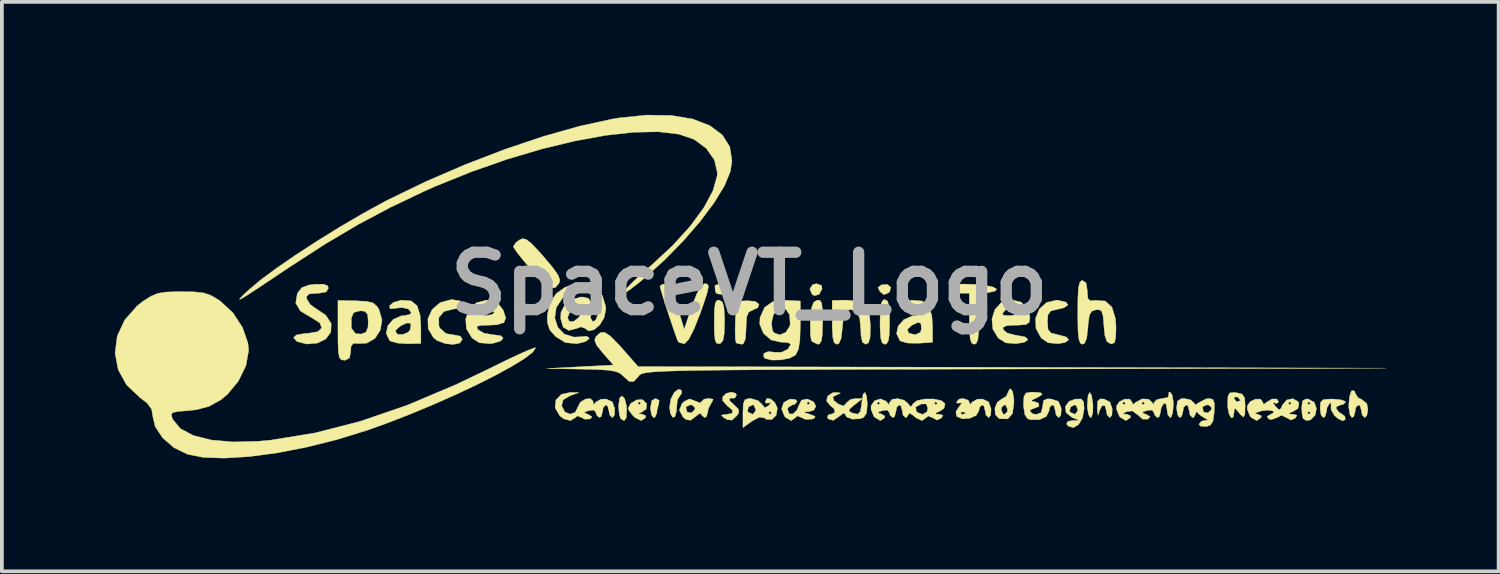
<source format=kicad_pcb>
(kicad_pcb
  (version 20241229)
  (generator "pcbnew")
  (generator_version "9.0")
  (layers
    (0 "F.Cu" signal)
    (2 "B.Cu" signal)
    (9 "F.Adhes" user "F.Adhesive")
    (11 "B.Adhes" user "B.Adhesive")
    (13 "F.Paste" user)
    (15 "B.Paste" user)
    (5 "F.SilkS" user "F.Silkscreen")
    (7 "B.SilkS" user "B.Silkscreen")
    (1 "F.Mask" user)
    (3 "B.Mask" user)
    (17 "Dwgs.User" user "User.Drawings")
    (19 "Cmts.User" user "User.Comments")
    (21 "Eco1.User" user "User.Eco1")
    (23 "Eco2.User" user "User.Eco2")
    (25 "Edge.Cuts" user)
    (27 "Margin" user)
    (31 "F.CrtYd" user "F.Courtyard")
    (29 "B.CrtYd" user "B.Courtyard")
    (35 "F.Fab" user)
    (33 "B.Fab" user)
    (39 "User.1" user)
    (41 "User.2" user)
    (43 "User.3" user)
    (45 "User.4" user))
  (footprint "SpaceVT_Logo"
    (layer "F.Cu")
    (at 16.845 4.482)
    (property "Reference" "SpaceVT_Logo" (at 0 0 0) (layer "F.Fab") (effects (font (size 1.524 1.524) (thickness 0.3))))
    (attr through_hole)
    (fp_poly (pts (xy -0.723 0.029) (xy -0.603 0.128) (xy -0.641 0.239) (xy -0.723 0.286) (xy -0.861 0.266) (xy -0.903 0.207) (xy -0.913 0.051) (xy -0.803 0.008) (xy -0.723 0.029)) (stroke (width 0.01) (type solid)) (fill yes) (layer "F.SilkS"))
    (fp_poly (pts (xy 1.92 0.047) (xy 1.932 0.141) (xy 1.852 0.285) (xy 1.727 0.319) (xy 1.667 0.284) (xy 1.607 0.139) (xy 1.683 0.025) (xy 1.784 0) (xy 1.92 0.047)) (stroke (width 0.01) (type solid)) (fill yes) (layer "F.SilkS"))
    (fp_poly (pts (xy 3.757 0.097) (xy 3.727 0.213) (xy 3.698 0.242) (xy 3.574 0.292) (xy 3.473 0.214) (xy 3.415 0.102) (xy 3.505 0.034) (xy 3.51 0.032) (xy 3.67 0.021) (xy 3.757 0.097)) (stroke (width 0.01) (type solid)) (fill yes) (layer "F.SilkS"))
    (fp_poly (pts (xy -3.309 3.053) (xy -3.261 3.246) (xy -3.255 3.329) (xy -3.267 3.563) (xy -3.326 3.639) (xy -3.415 3.584) (xy -3.453 3.468) (xy -3.471 3.262) (xy -3.471 3.239) (xy -3.444 3.037) (xy -3.38 2.979) (xy -3.309 3.053)) (stroke (width 0.01) (type solid)) (fill yes) (layer "F.SilkS"))
    (fp_poly (pts (xy -2.393 3.098) (xy -2.404 3.182) (xy -2.451 3.373) (xy -2.455 3.436) (xy -2.503 3.544) (xy -2.54 3.556) (xy -2.599 3.482) (xy -2.625 3.305) (xy -2.625 3.302) (xy -2.591 3.106) (xy -2.489 3.048) (xy -2.393 3.098)) (stroke (width 0.01) (type solid)) (fill yes) (layer "F.SilkS"))
    (fp_poly (pts (xy 9.088 2.967) (xy 9.124 3.211) (xy 9.125 3.217) (xy 9.12 3.432) (xy 9.08 3.548) (xy 9.061 3.556) (xy 9.007 3.481) (xy 8.977 3.293) (xy 8.975 3.217) (xy 8.994 2.971) (xy 9.038 2.887) (xy 9.088 2.967)) (stroke (width 0.01) (type solid)) (fill yes) (layer "F.SilkS"))
    (fp_poly (pts (xy -1.8 2.829) (xy -1.797 2.922) (xy -1.823 2.947) (xy -1.908 3.079) (xy -1.913 3.111) (xy -1.927 3.283) (xy -1.935 3.387) (xy -1.975 3.536) (xy -2.039 3.546) (xy -2.097 3.437) (xy -2.117 3.27) (xy -2.08 3.056) (xy -1.991 2.886) (xy -1.88 2.804) (xy -1.8 2.829)) (stroke (width 0.01) (type solid)) (fill yes) (layer "F.SilkS"))
    (fp_poly (pts (xy -0.717 0.488) (xy -0.675 0.623) (xy -0.658 0.877) (xy -0.657 1.016) (xy -0.666 1.326) (xy -0.697 1.503) (xy -0.76 1.582) (xy -0.794 1.594) (xy -0.866 1.584) (xy -0.908 1.498) (xy -0.927 1.303) (xy -0.931 1.016) (xy -0.926 0.699) (xy -0.904 0.519) (xy -0.859 0.443) (xy -0.794 0.438) (xy -0.717 0.488)) (stroke (width 0.01) (type solid)) (fill yes) (layer "F.SilkS"))
    (fp_poly (pts (xy 3.667 0.458) (xy 3.707 0.584) (xy 3.723 0.83) (xy 3.725 1.016) (xy 3.718 1.338) (xy 3.691 1.522) (xy 3.638 1.6) (xy 3.598 1.609) (xy 3.529 1.574) (xy 3.49 1.448) (xy 3.473 1.202) (xy 3.471 1.016) (xy 3.479 0.694) (xy 3.506 0.51) (xy 3.559 0.432) (xy 3.598 0.423) (xy 3.667 0.458)) (stroke (width 0.01) (type solid)) (fill yes) (layer "F.SilkS"))
    (fp_poly (pts (xy 9.419 3.063) (xy 9.577 3.145) (xy 9.636 3.323) (xy 9.628 3.491) (xy 9.573 3.556) (xy 9.5 3.485) (xy 9.483 3.387) (xy 9.447 3.242) (xy 9.37 3.237) (xy 9.298 3.367) (xy 9.288 3.408) (xy 9.262 3.491) (xy 9.246 3.412) (xy 9.24 3.317) (xy 9.247 3.127) (xy 9.311 3.06) (xy 9.419 3.063)) (stroke (width 0.01) (type solid)) (fill yes) (layer "F.SilkS"))
    (fp_poly (pts (xy 1.877 0.444) (xy 1.922 0.518) (xy 1.942 0.694) (xy 1.947 1.005) (xy 1.947 1.01) (xy 1.94 1.332) (xy 1.915 1.518) (xy 1.863 1.598) (xy 1.818 1.609) (xy 1.676 1.543) (xy 1.644 1.493) (xy 1.623 1.346) (xy 1.619 1.098) (xy 1.625 0.922) (xy 1.654 0.641) (xy 1.71 0.493) (xy 1.799 0.439) (xy 1.877 0.444)) (stroke (width 0.01) (type solid)) (fill yes) (layer "F.SilkS"))
    (fp_poly (pts (xy 0.161 0.473) (xy 0.258 0.546) (xy 0.227 0.637) (xy 0.085 0.702) (xy -0.018 0.757) (xy -0.069 0.882) (xy -0.084 1.123) (xy -0.085 1.177) (xy -0.101 1.459) (xy -0.155 1.592) (xy -0.198 1.609) (xy -0.33 1.582) (xy -0.352 1.567) (xy -0.37 1.468) (xy -0.377 1.249) (xy -0.371 0.999) (xy -0.35 0.472) (xy -0.048 0.452) (xy 0.161 0.473)) (stroke (width 0.01) (type solid)) (fill yes) (layer "F.SilkS"))
    (fp_poly (pts (xy -5.915 -1.171) (xy -5.781 -1.063) (xy -5.582 -0.853) (xy -5.453 -0.707) (xy -5.211 -0.419) (xy -5.075 -0.224) (xy -5.03 -0.094) (xy -5.05 -0.017) (xy -5.145 0.097) (xy -5.25 0.12) (xy -5.39 0.042) (xy -5.59 -0.151) (xy -5.787 -0.37) (xy -6.004 -0.625) (xy -6.17 -0.835) (xy -6.258 -0.966) (xy -6.265 -0.987) (xy -6.202 -1.085) (xy -6.103 -1.161) (xy -6.013 -1.197) (xy -5.915 -1.171)) (stroke (width 0.01) (type solid)) (fill yes) (layer "F.SilkS"))
    (fp_poly (pts (xy 8.189 0.44) (xy 8.406 0.489) (xy 8.461 0.564) (xy 8.354 0.64) (xy 8.195 0.677) (xy 8.007 0.724) (xy 7.93 0.824) (xy 7.916 1.016) (xy 7.933 1.219) (xy 8.016 1.313) (xy 8.195 1.355) (xy 8.417 1.416) (xy 8.481 1.492) (xy 8.386 1.56) (xy 8.208 1.592) (xy 7.936 1.57) (xy 7.751 1.444) (xy 7.611 1.189) (xy 7.601 0.917) (xy 7.702 0.673) (xy 7.894 0.499) (xy 8.158 0.438) (xy 8.189 0.44)) (stroke (width 0.01) (type solid)) (fill yes) (layer "F.SilkS"))
    (fp_poly (pts (xy 16.076 2.854) (xy 16.087 2.906) (xy 16.158 3.024) (xy 16.256 3.073) (xy 16.396 3.183) (xy 16.425 3.336) (xy 16.397 3.499) (xy 16.341 3.556) (xy 16.272 3.485) (xy 16.256 3.387) (xy 16.221 3.249) (xy 16.171 3.217) (xy 16.103 3.288) (xy 16.087 3.387) (xy 16.051 3.524) (xy 16.002 3.556) (xy 15.949 3.481) (xy 15.919 3.294) (xy 15.917 3.222) (xy 15.937 2.997) (xy 15.986 2.852) (xy 16.002 2.836) (xy 16.076 2.854)) (stroke (width 0.01) (type solid)) (fill yes) (layer "F.SilkS"))
    (fp_poly (pts (xy -7.681 0.457) (xy -7.62 0.55) (xy -7.696 0.651) (xy -7.871 0.677) (xy -8.11 0.74) (xy -8.243 0.9) (xy -8.242 1.117) (xy -8.213 1.185) (xy -8.046 1.327) (xy -7.871 1.355) (xy -7.672 1.393) (xy -7.62 1.482) (xy -7.689 1.578) (xy -7.86 1.613) (xy -8.076 1.59) (xy -8.284 1.512) (xy -8.382 1.439) (xy -8.527 1.195) (xy -8.533 0.931) (xy -8.422 0.687) (xy -8.212 0.504) (xy -7.924 0.424) (xy -7.89 0.423) (xy -7.681 0.457)) (stroke (width 0.01) (type solid)) (fill yes) (layer "F.SilkS"))
    (fp_poly (pts (xy -2.723 3.187) (xy -2.736 3.326) (xy -2.857 3.413) (xy -2.958 3.445) (xy -2.893 3.459) (xy -2.853 3.462) (xy -2.749 3.506) (xy -2.752 3.556) (xy -2.869 3.636) (xy -3.03 3.558) (xy -3.084 3.508) (xy -3.191 3.374) (xy -3.217 3.306) (xy -3.147 3.179) (xy -3.14 3.175) (xy -2.963 3.175) (xy -2.921 3.217) (xy -2.879 3.175) (xy -2.921 3.133) (xy -2.963 3.175) (xy -3.14 3.175) (xy -2.992 3.087) (xy -2.837 3.078) (xy -2.723 3.187)) (stroke (width 0.01) (type solid)) (fill yes) (layer "F.SilkS"))
    (fp_poly (pts (xy -0.36 2.912) (xy -0.339 2.963) (xy -0.386 3.038) (xy -0.402 3.038) (xy -0.534 3.041) (xy -0.513 3.117) (xy -0.414 3.208) (xy -0.285 3.335) (xy -0.283 3.437) (xy -0.331 3.504) (xy -0.459 3.623) (xy -0.587 3.609) (xy -0.677 3.556) (xy -0.744 3.494) (xy -0.66 3.474) (xy -0.614 3.473) (xy -0.453 3.441) (xy -0.449 3.356) (xy -0.59 3.238) (xy -0.707 3.105) (xy -0.708 3.006) (xy -0.614 2.914) (xy -0.472 2.879) (xy -0.36 2.912)) (stroke (width 0.01) (type solid)) (fill yes) (layer "F.SilkS"))
    (fp_poly (pts (xy 6.994 2.87) (xy 7.024 3.06) (xy 7.027 3.165) (xy 6.987 3.45) (xy 6.865 3.59) (xy 6.656 3.587) (xy 6.625 3.577) (xy 6.531 3.473) (xy 6.524 3.344) (xy 6.689 3.344) (xy 6.734 3.457) (xy 6.773 3.471) (xy 6.848 3.403) (xy 6.858 3.344) (xy 6.812 3.232) (xy 6.773 3.217) (xy 6.698 3.286) (xy 6.689 3.344) (xy 6.524 3.344) (xy 6.521 3.303) (xy 6.588 3.143) (xy 6.689 3.073) (xy 6.826 2.987) (xy 6.858 2.911) (xy 6.907 2.805) (xy 6.943 2.794) (xy 6.994 2.87)) (stroke (width 0.01) (type solid)) (fill yes) (layer "F.SilkS"))
    (fp_poly (pts (xy 14.848 3.065) (xy 15.001 3.151) (xy 15.059 3.313) (xy 15.026 3.487) (xy 14.908 3.613) (xy 14.8 3.639) (xy 14.707 3.582) (xy 14.704 3.577) (xy 14.677 3.453) (xy 14.675 3.429) (xy 14.817 3.429) (xy 14.859 3.471) (xy 14.901 3.429) (xy 14.859 3.387) (xy 14.817 3.429) (xy 14.675 3.429) (xy 14.667 3.276) (xy 14.682 3.175) (xy 14.817 3.175) (xy 14.859 3.217) (xy 14.901 3.175) (xy 14.859 3.133) (xy 14.817 3.175) (xy 14.682 3.175) (xy 14.692 3.107) (xy 14.789 3.06) (xy 14.848 3.065)) (stroke (width 0.01) (type solid)) (fill yes) (layer "F.SilkS"))
    (fp_poly (pts (xy 5.948 0.017) (xy 6.26 0.044) (xy 6.472 0.089) (xy 6.567 0.143) (xy 6.529 0.196) (xy 6.34 0.237) (xy 6.329 0.238) (xy 6.213 0.258) (xy 6.144 0.307) (xy 6.109 0.422) (xy 6.097 0.639) (xy 6.096 0.937) (xy 6.09 1.283) (xy 6.068 1.49) (xy 6.024 1.588) (xy 5.969 1.609) (xy 5.904 1.577) (xy 5.865 1.461) (xy 5.846 1.231) (xy 5.842 0.931) (xy 5.842 0.254) (xy 5.588 0.254) (xy 5.389 0.218) (xy 5.334 0.123) (xy 5.362 0.055) (xy 5.467 0.02) (xy 5.682 0.01) (xy 5.948 0.017)) (stroke (width 0.01) (type solid)) (fill yes) (layer "F.SilkS"))
    (fp_poly (pts (xy 8.879 3.141) (xy 8.89 3.322) (xy 8.847 3.565) (xy 8.741 3.742) (xy 8.604 3.823) (xy 8.469 3.781) (xy 8.424 3.725) (xy 8.453 3.659) (xy 8.568 3.635) (xy 8.763 3.63) (xy 8.567 3.551) (xy 8.412 3.425) (xy 8.406 3.382) (xy 8.504 3.382) (xy 8.525 3.417) (xy 8.648 3.469) (xy 8.718 3.378) (xy 8.721 3.344) (xy 8.678 3.232) (xy 8.641 3.217) (xy 8.53 3.273) (xy 8.504 3.382) (xy 8.406 3.382) (xy 8.39 3.264) (xy 8.49 3.124) (xy 8.657 3.064) (xy 8.815 3.062) (xy 8.879 3.141)) (stroke (width 0.01) (type solid)) (fill yes) (layer "F.SilkS"))
    (fp_poly (pts (xy -1.106 0.016) (xy -1.086 0.083) (xy -1.115 0.229) (xy -1.196 0.483) (xy -1.302 0.783) (xy -1.467 1.201) (xy -1.605 1.473) (xy -1.713 1.59) (xy -1.724 1.594) (xy -1.865 1.562) (xy -1.905 1.509) (xy -1.997 1.248) (xy -2.103 0.936) (xy -2.207 0.617) (xy -2.296 0.336) (xy -2.355 0.135) (xy -2.371 0.064) (xy -2.303 0.013) (xy -2.225 0.016) (xy -2.111 0.115) (xy -1.988 0.375) (xy -1.904 0.628) (xy -1.729 1.212) (xy -1.523 0.606) (xy -1.394 0.267) (xy -1.286 0.073) (xy -1.186 0.001) (xy -1.168 0) (xy -1.106 0.016)) (stroke (width 0.01) (type solid)) (fill yes) (layer "F.SilkS"))
    (fp_poly (pts (xy 2.893 0.463) (xy 3.089 0.572) (xy 3.189 0.791) (xy 3.217 1.146) (xy 3.217 1.149) (xy 3.206 1.428) (xy 3.165 1.57) (xy 3.09 1.609) (xy 3.004 1.555) (xy 2.966 1.377) (xy 2.962 1.249) (xy 2.933 0.916) (xy 2.844 0.733) (xy 2.689 0.686) (xy 2.657 0.691) (xy 2.558 0.744) (xy 2.502 0.884) (xy 2.473 1.149) (xy 2.472 1.165) (xy 2.44 1.448) (xy 2.38 1.586) (xy 2.324 1.609) (xy 2.256 1.569) (xy 2.218 1.432) (xy 2.202 1.167) (xy 2.201 1.027) (xy 2.201 0.445) (xy 2.579 0.437) (xy 2.893 0.463)) (stroke (width 0.01) (type solid)) (fill yes) (layer "F.SilkS"))
    (fp_poly (pts (xy 15.494 3.063) (xy 15.706 3.083) (xy 15.824 3.126) (xy 15.833 3.143) (xy 15.764 3.209) (xy 15.706 3.217) (xy 15.593 3.264) (xy 15.579 3.305) (xy 15.646 3.408) (xy 15.706 3.441) (xy 15.813 3.523) (xy 15.823 3.611) (xy 15.754 3.641) (xy 15.638 3.587) (xy 15.538 3.503) (xy 15.447 3.347) (xy 15.446 3.244) (xy 15.445 3.166) (xy 15.408 3.176) (xy 15.338 3.294) (xy 15.325 3.392) (xy 15.288 3.527) (xy 15.24 3.556) (xy 15.18 3.483) (xy 15.155 3.307) (xy 15.169 3.148) (xy 15.242 3.078) (xy 15.422 3.063) (xy 15.494 3.063)) (stroke (width 0.01) (type solid)) (fill yes) (layer "F.SilkS"))
    (fp_poly (pts (xy 12.932 2.894) (xy 13.086 2.932) (xy 13.152 3.033) (xy 13.165 3.238) (xy 13.158 3.467) (xy 13.123 3.542) (xy 13.045 3.48) (xy 12.987 3.408) (xy 12.901 3.306) (xy 12.875 3.342) (xy 12.872 3.408) (xy 12.846 3.551) (xy 12.794 3.56) (xy 12.738 3.463) (xy 12.703 3.285) (xy 12.7 3.212) (xy 12.707 3.043) (xy 12.869 3.043) (xy 12.931 3.129) (xy 12.954 3.133) (xy 13.036 3.104) (xy 13.039 3.095) (xy 12.979 3.023) (xy 12.954 3.006) (xy 12.876 3.012) (xy 12.869 3.043) (xy 12.707 3.043) (xy 12.709 2.994) (xy 12.757 2.901) (xy 12.877 2.888) (xy 12.932 2.894)) (stroke (width 0.01) (type solid)) (fill yes) (layer "F.SilkS"))
    (fp_poly (pts (xy -0.96 3.066) (xy -0.986 3.136) (xy -0.999 3.15) (xy -1.089 3.319) (xy -1.101 3.404) (xy -1.14 3.532) (xy -1.185 3.556) (xy -1.267 3.491) (xy -1.27 3.465) (xy -1.318 3.443) (xy -1.403 3.508) (xy -1.558 3.626) (xy -1.684 3.605) (xy -1.761 3.539) (xy -1.857 3.358) (xy -1.821 3.269) (xy -1.683 3.269) (xy -1.662 3.386) (xy -1.639 3.413) (xy -1.534 3.43) (xy -1.448 3.344) (xy -1.439 3.297) (xy -1.508 3.226) (xy -1.566 3.217) (xy -1.683 3.269) (xy -1.821 3.269) (xy -1.784 3.18) (xy -1.729 3.127) (xy -1.584 3.059) (xy -1.432 3.117) (xy -1.303 3.168) (xy -1.27 3.133) (xy -1.198 3.066) (xy -1.084 3.048) (xy -0.96 3.066)) (stroke (width 0.01) (type solid)) (fill yes) (layer "F.SilkS"))
    (fp_poly (pts (xy -11.194 0.058) (xy -11.176 0.122) (xy -11.233 0.217) (xy -11.421 0.253) (xy -11.479 0.254) (xy -11.682 0.271) (xy -11.755 0.334) (xy -11.753 0.4) (xy -11.66 0.551) (xy -11.544 0.636) (xy -11.247 0.837) (xy -11.101 1.059) (xy -11.111 1.286) (xy -11.246 1.469) (xy -11.471 1.578) (xy -11.754 1.603) (xy -12.004 1.537) (xy -12.02 1.527) (xy -12.1 1.433) (xy -12.025 1.362) (xy -11.808 1.323) (xy -11.706 1.318) (xy -11.454 1.274) (xy -11.352 1.171) (xy -11.407 1.038) (xy -11.622 0.903) (xy -11.629 0.9) (xy -11.919 0.726) (xy -12.043 0.514) (xy -12.002 0.265) (xy -11.994 0.249) (xy -11.881 0.105) (xy -11.692 0.035) (xy -11.534 0.016) (xy -11.3 0.014) (xy -11.194 0.058)) (stroke (width 0.01) (type solid)) (fill yes) (layer "F.SilkS"))
    (fp_poly (pts (xy -10.438 0.455) (xy -10.153 0.471) (xy -9.985 0.514) (xy -9.881 0.606) (xy -9.833 0.683) (xy -9.752 0.961) (xy -9.795 1.231) (xy -9.938 1.451) (xy -10.155 1.578) (xy -10.343 1.589) (xy -10.515 1.583) (xy -10.576 1.668) (xy -10.583 1.793) (xy -10.614 1.972) (xy -10.724 2.031) (xy -10.753 2.032) (xy -10.832 2.02) (xy -10.882 1.962) (xy -10.909 1.827) (xy -10.92 1.582) (xy -10.922 1.239) (xy -10.922 0.916) (xy -10.569 0.916) (xy -10.564 1.185) (xy -10.456 1.324) (xy -10.309 1.339) (xy -10.177 1.289) (xy -10.124 1.154) (xy -10.118 1.016) (xy -10.133 0.816) (xy -10.205 0.734) (xy -10.329 0.72) (xy -10.503 0.765) (xy -10.569 0.916) (xy -10.922 0.916) (xy -10.922 0.445) (xy -10.438 0.455)) (stroke (width 0.01) (type solid)) (fill yes) (layer "F.SilkS"))
    (fp_poly (pts (xy 4.595 0.462) (xy 4.762 0.593) (xy 4.847 0.851) (xy 4.865 1.126) (xy 4.868 1.556) (xy 4.483 1.582) (xy 4.215 1.577) (xy 4.028 1.529) (xy 3.996 1.507) (xy 3.91 1.324) (xy 3.934 1.216) (xy 4.196 1.216) (xy 4.234 1.313) (xy 4.406 1.355) (xy 4.408 1.355) (xy 4.546 1.292) (xy 4.572 1.185) (xy 4.554 1.049) (xy 4.473 1.03) (xy 4.31 1.105) (xy 4.196 1.216) (xy 3.934 1.216) (xy 3.954 1.126) (xy 4.102 0.956) (xy 4.324 0.857) (xy 4.429 0.847) (xy 4.543 0.802) (xy 4.549 0.741) (xy 4.443 0.67) (xy 4.238 0.658) (xy 4.044 0.651) (xy 3.997 0.583) (xy 4 0.573) (xy 4.1 0.495) (xy 4.298 0.444) (xy 4.332 0.44) (xy 4.595 0.462)) (stroke (width 0.01) (type solid)) (fill yes) (layer "F.SilkS"))
    (fp_poly (pts (xy -8.977 0.458) (xy -8.819 0.588) (xy -8.738 0.847) (xy -8.721 1.148) (xy -8.721 1.587) (xy -9.088 1.595) (xy -9.337 1.578) (xy -9.52 1.527) (xy -9.554 1.504) (xy -9.641 1.319) (xy -9.631 1.273) (xy -9.398 1.273) (xy -9.335 1.345) (xy -9.198 1.348) (xy -9.06 1.292) (xy -9.004 1.224) (xy -8.984 1.086) (xy -8.999 1.048) (xy -9.101 1.046) (xy -9.251 1.116) (xy -9.371 1.215) (xy -9.398 1.273) (xy -9.631 1.273) (xy -9.598 1.118) (xy -9.454 0.948) (xy -9.237 0.853) (xy -9.159 0.847) (xy -9.013 0.817) (xy -8.975 0.771) (xy -9.047 0.673) (xy -9.224 0.633) (xy -9.401 0.654) (xy -9.539 0.665) (xy -9.551 0.584) (xy -9.448 0.496) (xy -9.249 0.44) (xy -9.226 0.438) (xy -8.977 0.458)) (stroke (width 0.01) (type solid)) (fill yes) (layer "F.SilkS"))
    (fp_poly (pts (xy 5.811 3.092) (xy 5.843 3.154) (xy 5.865 3.21) (xy 5.916 3.146) (xy 6.047 3.069) (xy 6.19 3.062) (xy 6.354 3.138) (xy 6.419 3.323) (xy 6.411 3.491) (xy 6.356 3.556) (xy 6.282 3.485) (xy 6.265 3.387) (xy 6.23 3.249) (xy 6.181 3.217) (xy 6.111 3.288) (xy 6.096 3.377) (xy 6.024 3.498) (xy 5.855 3.574) (xy 5.659 3.589) (xy 5.506 3.525) (xy 5.487 3.415) (xy 5.616 3.415) (xy 5.628 3.465) (xy 5.673 3.471) (xy 5.742 3.44) (xy 5.729 3.415) (xy 5.629 3.405) (xy 5.616 3.415) (xy 5.487 3.415) (xy 5.485 3.399) (xy 5.568 3.272) (xy 5.641 3.171) (xy 5.609 3.165) (xy 5.516 3.173) (xy 5.503 3.138) (xy 5.574 3.065) (xy 5.673 3.048) (xy 5.811 3.092)) (stroke (width 0.01) (type solid)) (fill yes) (layer "F.SilkS"))
    (fp_poly (pts (xy -6.917 0.44) (xy -6.679 0.516) (xy -6.536 0.699) (xy -6.466 0.909) (xy -6.516 1.034) (xy -6.701 1.091) (xy -6.916 1.101) (xy -7.145 1.108) (xy -7.235 1.138) (xy -7.215 1.205) (xy -7.197 1.228) (xy -7.044 1.315) (xy -6.817 1.354) (xy -6.798 1.355) (xy -6.594 1.384) (xy -6.536 1.451) (xy -6.612 1.528) (xy -6.813 1.585) (xy -6.881 1.592) (xy -7.165 1.57) (xy -7.361 1.444) (xy -7.512 1.196) (xy -7.529 0.929) (xy -7.452 0.731) (xy -7.186 0.731) (xy -7.158 0.811) (xy -6.99 0.847) (xy -6.985 0.847) (xy -6.826 0.819) (xy -6.773 0.767) (xy -6.84 0.649) (xy -7.001 0.626) (xy -7.062 0.644) (xy -7.186 0.731) (xy -7.452 0.731) (xy -7.433 0.684) (xy -7.242 0.506) (xy -6.975 0.437) (xy -6.917 0.44)) (stroke (width 0.01) (type solid)) (fill yes) (layer "F.SilkS"))
    (fp_poly (pts (xy 7.219 0.492) (xy 7.399 0.676) (xy 7.451 0.895) (xy 7.434 1.022) (xy 7.353 1.082) (xy 7.163 1.1) (xy 7.072 1.101) (xy 6.837 1.113) (xy 6.739 1.156) (xy 6.741 1.223) (xy 6.85 1.311) (xy 7.059 1.367) (xy 7.098 1.371) (xy 7.33 1.417) (xy 7.399 1.487) (xy 7.307 1.554) (xy 7.096 1.592) (xy 6.812 1.572) (xy 6.609 1.444) (xy 6.466 1.206) (xy 6.442 0.938) (xy 6.484 0.805) (xy 6.712 0.805) (xy 6.764 0.841) (xy 6.925 0.847) (xy 7.111 0.826) (xy 7.196 0.776) (xy 7.197 0.771) (xy 7.13 0.669) (xy 6.98 0.638) (xy 6.82 0.686) (xy 6.782 0.717) (xy 6.712 0.805) (xy 6.484 0.805) (xy 6.522 0.687) (xy 6.69 0.5) (xy 6.933 0.423) (xy 6.941 0.423) (xy 7.219 0.492)) (stroke (width 0.01) (type solid)) (fill yes) (layer "F.SilkS"))
    (fp_poly (pts (xy 8.943 -0.018) (xy 8.975 0.194) (xy 8.975 0.2) (xy 8.988 0.39) (xy 9.053 0.456) (xy 9.189 0.443) (xy 9.45 0.461) (xy 9.628 0.623) (xy 9.722 0.928) (xy 9.737 1.162) (xy 9.729 1.428) (xy 9.698 1.561) (xy 9.63 1.597) (xy 9.588 1.593) (xy 9.495 1.534) (xy 9.441 1.378) (xy 9.415 1.116) (xy 9.393 0.856) (xy 9.353 0.726) (xy 9.277 0.688) (xy 9.203 0.693) (xy 9.091 0.732) (xy 9.03 0.836) (xy 8.999 1.05) (xy 8.991 1.164) (xy 8.959 1.448) (xy 8.899 1.586) (xy 8.843 1.609) (xy 8.786 1.577) (xy 8.749 1.466) (xy 8.728 1.246) (xy 8.721 0.893) (xy 8.721 0.762) (xy 8.725 0.367) (xy 8.74 0.114) (xy 8.771 -0.026) (xy 8.821 -0.081) (xy 8.848 -0.085) (xy 8.943 -0.018)) (stroke (width 0.01) (type solid)) (fill yes) (layer "F.SilkS"))
    (fp_poly (pts (xy 1.547 3.064) (xy 1.708 3.136) (xy 1.767 3.253) (xy 1.715 3.358) (xy 1.594 3.395) (xy 1.46 3.404) (xy 1.481 3.428) (xy 1.609 3.468) (xy 1.747 3.521) (xy 1.733 3.566) (xy 1.671 3.596) (xy 1.485 3.603) (xy 1.403 3.561) (xy 1.278 3.511) (xy 1.23 3.552) (xy 1.112 3.636) (xy 0.966 3.553) (xy 0.935 3.518) (xy 0.857 3.326) (xy 0.913 3.155) (xy 1.08 3.063) (xy 1.227 3.076) (xy 1.27 3.127) (xy 1.202 3.207) (xy 1.143 3.217) (xy 1.031 3.285) (xy 1.016 3.344) (xy 1.061 3.459) (xy 1.161 3.458) (xy 1.264 3.357) (xy 1.306 3.254) (xy 1.346 3.175) (xy 1.524 3.175) (xy 1.566 3.217) (xy 1.609 3.175) (xy 1.566 3.133) (xy 1.524 3.175) (xy 1.346 3.175) (xy 1.387 3.092) (xy 1.538 3.062) (xy 1.547 3.064)) (stroke (width 0.01) (type solid)) (fill yes) (layer "F.SilkS"))
    (fp_poly (pts (xy 0.978 0.444) (xy 1.355 0.46) (xy 1.355 1.113) (xy 1.343 1.496) (xy 1.304 1.743) (xy 1.233 1.887) (xy 1.222 1.899) (xy 1.065 1.98) (xy 0.834 2.024) (xy 0.598 2.028) (xy 0.424 1.987) (xy 0.385 1.953) (xy 0.386 1.852) (xy 0.504 1.802) (xy 0.682 1.822) (xy 0.864 1.82) (xy 1.029 1.735) (xy 1.101 1.607) (xy 1.027 1.565) (xy 0.849 1.553) (xy 0.837 1.554) (xy 0.576 1.493) (xy 0.375 1.317) (xy 0.276 1.073) (xy 0.278 1.034) (xy 0.59 1.034) (xy 0.611 1.235) (xy 0.653 1.302) (xy 0.807 1.36) (xy 0.967 1.294) (xy 1.073 1.134) (xy 1.086 1.074) (xy 1.069 0.824) (xy 0.968 0.676) (xy 0.806 0.659) (xy 0.753 0.682) (xy 0.641 0.821) (xy 0.59 1.034) (xy 0.278 1.034) (xy 0.285 0.902) (xy 0.407 0.629) (xy 0.619 0.481) (xy 0.946 0.443) (xy 0.978 0.444)) (stroke (width 0.01) (type solid)) (fill yes) (layer "F.SilkS"))
    (fp_poly (pts (xy 7.737 2.896) (xy 7.773 2.946) (xy 7.644 3.026) (xy 7.599 3.045) (xy 7.484 3.102) (xy 7.524 3.125) (xy 7.556 3.127) (xy 7.681 3.174) (xy 7.693 3.256) (xy 7.585 3.302) (xy 7.578 3.302) (xy 7.465 3.348) (xy 7.451 3.387) (xy 7.522 3.455) (xy 7.62 3.471) (xy 7.752 3.423) (xy 7.789 3.255) (xy 7.789 3.254) (xy 7.814 3.099) (xy 7.922 3.057) (xy 8.022 3.064) (xy 8.204 3.124) (xy 8.276 3.284) (xy 8.282 3.323) (xy 8.273 3.491) (xy 8.218 3.556) (xy 8.145 3.485) (xy 8.128 3.387) (xy 8.093 3.249) (xy 8.043 3.217) (xy 7.973 3.288) (xy 7.959 3.377) (xy 7.886 3.525) (xy 7.707 3.611) (xy 7.479 3.612) (xy 7.387 3.585) (xy 7.318 3.479) (xy 7.283 3.268) (xy 7.281 3.21) (xy 7.292 2.996) (xy 7.349 2.902) (xy 7.489 2.879) (xy 7.535 2.879) (xy 7.737 2.896)) (stroke (width 0.01) (type solid)) (fill yes) (layer "F.SilkS"))
    (fp_poly (pts (xy -3.688 1.393) (xy -3.474 1.609) (xy -3.36 1.737) (xy -2.953 2.201) (xy 6.969 2.222) (xy 16.891 2.243) (xy 7.035 2.265) (xy 5.536 2.268) (xy 4.197 2.271) (xy 3.008 2.275) (xy 1.962 2.278) (xy 1.048 2.282) (xy 0.258 2.286) (xy -0.418 2.291) (xy -0.988 2.297) (xy -1.463 2.304) (xy -1.851 2.312) (xy -2.161 2.322) (xy -2.403 2.333) (xy -2.586 2.346) (xy -2.718 2.361) (xy -2.81 2.378) (xy -2.869 2.397) (xy -2.907 2.419) (xy -2.93 2.443) (xy -2.939 2.456) (xy -3.069 2.598) (xy -3.191 2.595) (xy -3.344 2.455) (xy -3.432 2.38) (xy -3.556 2.329) (xy -3.75 2.297) (xy -4.048 2.279) (xy -4.437 2.269) (xy -5.376 2.253) (xy -4.492 2.206) (xy -3.608 2.159) (xy -3.888 1.841) (xy -4.051 1.637) (xy -4.107 1.506) (xy -4.071 1.406) (xy -4.063 1.396) (xy -3.955 1.3) (xy -3.839 1.294) (xy -3.688 1.393)) (stroke (width 0.01) (type solid)) (fill yes) (layer "F.SilkS"))
    (fp_poly (pts (xy 0.57 3.063) (xy 0.678 3.157) (xy 0.743 3.298) (xy 0.745 3.313) (xy 0.712 3.499) (xy 0.596 3.608) (xy 0.449 3.602) (xy 0.396 3.562) (xy 0.263 3.546) (xy 0.071 3.65) (xy -0.169 3.822) (xy -0.169 3.435) (xy -0.167 3.382) (xy -0.047 3.382) (xy -0.026 3.417) (xy 0.097 3.469) (xy 0.128 3.429) (xy 0.508 3.429) (xy 0.55 3.471) (xy 0.593 3.429) (xy 0.55 3.387) (xy 0.508 3.429) (xy 0.128 3.429) (xy 0.167 3.378) (xy 0.169 3.344) (xy 0.126 3.232) (xy 0.09 3.217) (xy -0.021 3.273) (xy -0.047 3.382) (xy -0.167 3.382) (xy -0.161 3.197) (xy -0.119 3.084) (xy -0.019 3.05) (xy 0.038 3.048) (xy 0.231 3.104) (xy 0.329 3.196) (xy 0.412 3.295) (xy 0.506 3.244) (xy 0.524 3.226) (xy 0.585 3.148) (xy 0.529 3.168) (xy 0.436 3.17) (xy 0.423 3.131) (xy 0.468 3.046) (xy 0.57 3.063)) (stroke (width 0.01) (type solid)) (fill yes) (layer "F.SilkS"))
    (fp_poly (pts (xy 3.115 2.984) (xy 3.133 3.207) (xy 3.113 3.436) (xy 3.037 3.549) (xy 2.955 3.583) (xy 2.74 3.598) (xy 2.583 3.539) (xy 2.54 3.456) (xy 2.492 3.441) (xy 2.407 3.508) (xy 2.231 3.63) (xy 2.103 3.594) (xy 2.074 3.556) (xy 2.094 3.484) (xy 2.154 3.471) (xy 2.271 3.427) (xy 2.267 3.393) (xy 2.653 3.393) (xy 2.735 3.434) (xy 2.876 3.465) (xy 2.949 3.395) (xy 2.983 3.194) (xy 2.987 3.144) (xy 3.002 3.055) (xy 2.795 3.214) (xy 2.659 3.33) (xy 2.653 3.393) (xy 2.267 3.393) (xy 2.257 3.326) (xy 2.146 3.232) (xy 2.05 3.113) (xy 2.082 2.982) (xy 2.216 2.896) (xy 2.305 2.888) (xy 2.42 2.903) (xy 2.372 2.931) (xy 2.349 2.937) (xy 2.217 3.007) (xy 2.248 3.106) (xy 2.363 3.193) (xy 2.498 3.25) (xy 2.567 3.184) (xy 2.572 3.171) (xy 2.684 3.075) (xy 2.813 3.05) (xy 3.002 3.052) (xy 3.022 2.937) (xy 3.071 2.887) (xy 3.115 2.984)) (stroke (width 0.01) (type solid)) (fill yes) (layer "F.SilkS"))
    (fp_poly (pts (xy -4.53 2.892) (xy -4.767 2.979) (xy -4.943 3.083) (xy -4.98 3.236) (xy -4.979 3.247) (xy -4.899 3.405) (xy -4.759 3.464) (xy -4.623 3.418) (xy -4.557 3.286) (xy -4.487 3.151) (xy -4.356 3.066) (xy -4.225 3.049) (xy -4.15 3.12) (xy -4.147 3.148) (xy -4.131 3.216) (xy -4.074 3.146) (xy -3.943 3.069) (xy -3.8 3.062) (xy -3.636 3.138) (xy -3.572 3.323) (xy -3.58 3.491) (xy -3.635 3.556) (xy -3.708 3.485) (xy -3.725 3.387) (xy -3.761 3.249) (xy -3.81 3.217) (xy -3.879 3.288) (xy -3.895 3.387) (xy -3.93 3.524) (xy -3.979 3.556) (xy -4.056 3.488) (xy -4.064 3.437) (xy -4.123 3.355) (xy -4.25 3.366) (xy -4.376 3.408) (xy -4.346 3.445) (xy -4.277 3.471) (xy -4.177 3.533) (xy -4.221 3.591) (xy -4.367 3.599) (xy -4.441 3.559) (xy -4.564 3.511) (xy -4.612 3.552) (xy -4.747 3.636) (xy -4.929 3.588) (xy -5.032 3.508) (xy -5.156 3.294) (xy -5.135 3.089) (xy -4.99 2.938) (xy -4.746 2.885) (xy -4.53 2.892)) (stroke (width 0.01) (type solid)) (fill yes) (layer "F.SilkS"))
    (fp_poly (pts (xy 12.312 3.074) (xy 12.35 3.182) (xy 12.345 3.408) (xy 12.313 3.643) (xy 12.243 3.757) (xy 12.129 3.795) (xy 11.981 3.782) (xy 11.938 3.731) (xy 12.008 3.651) (xy 12.086 3.634) (xy 12.179 3.619) (xy 12.109 3.579) (xy 12.107 3.579) (xy 11.955 3.48) (xy 11.918 3.437) (xy 11.864 3.397) (xy 11.855 3.45) (xy 11.8 3.549) (xy 11.769 3.556) (xy 11.7 3.485) (xy 11.684 3.387) (xy 11.654 3.269) (xy 12.033 3.269) (xy 12.054 3.386) (xy 12.077 3.413) (xy 12.182 3.43) (xy 12.268 3.344) (xy 12.277 3.297) (xy 12.208 3.226) (xy 12.15 3.217) (xy 12.033 3.269) (xy 11.654 3.269) (xy 11.649 3.249) (xy 11.599 3.217) (xy 11.531 3.288) (xy 11.515 3.387) (xy 11.479 3.524) (xy 11.43 3.556) (xy 11.371 3.482) (xy 11.345 3.305) (xy 11.345 3.302) (xy 11.369 3.12) (xy 11.465 3.054) (xy 11.55 3.048) (xy 11.722 3.087) (xy 11.793 3.154) (xy 11.85 3.217) (xy 11.944 3.154) (xy 12.124 3.061) (xy 12.214 3.048) (xy 12.312 3.074)) (stroke (width 0.01) (type solid)) (fill yes) (layer "F.SilkS"))
    (fp_poly (pts (xy 14.568 3.129) (xy 14.595 3.178) (xy 14.569 3.312) (xy 14.455 3.385) (xy 14.331 3.441) (xy 14.361 3.462) (xy 14.431 3.466) (xy 14.54 3.492) (xy 14.499 3.569) (xy 14.381 3.621) (xy 14.27 3.559) (xy 14.131 3.494) (xy 14.016 3.553) (xy 13.865 3.609) (xy 13.789 3.591) (xy 13.748 3.525) (xy 13.842 3.472) (xy 13.933 3.416) (xy 13.895 3.375) (xy 13.768 3.36) (xy 13.594 3.38) (xy 13.547 3.392) (xy 13.426 3.439) (xy 13.469 3.462) (xy 13.488 3.463) (xy 13.591 3.506) (xy 13.589 3.556) (xy 13.472 3.636) (xy 13.326 3.551) (xy 13.296 3.518) (xy 13.222 3.336) (xy 13.223 3.243) (xy 13.3 3.131) (xy 13.439 3.066) (xy 13.571 3.064) (xy 13.631 3.142) (xy 13.631 3.144) (xy 13.656 3.208) (xy 13.733 3.15) (xy 13.878 3.062) (xy 14.007 3.062) (xy 14.055 3.138) (xy 14 3.183) (xy 13.949 3.164) (xy 13.905 3.16) (xy 13.965 3.251) (xy 14.063 3.352) (xy 14.12 3.308) (xy 14.153 3.225) (xy 14.195 3.175) (xy 14.309 3.175) (xy 14.351 3.217) (xy 14.393 3.175) (xy 14.351 3.133) (xy 14.309 3.175) (xy 14.195 3.175) (xy 14.269 3.088) (xy 14.431 3.053) (xy 14.568 3.129)) (stroke (width 0.01) (type solid)) (fill yes) (layer "F.SilkS"))
    (fp_poly (pts (xy -4.334 0.018) (xy -4.088 0.117) (xy -3.903 0.311) (xy -3.814 0.604) (xy -3.81 0.689) (xy -3.857 0.908) (xy -3.973 1.096) (xy -4.122 1.223) (xy -4.269 1.253) (xy -4.36 1.185) (xy -4.473 1.146) (xy -4.571 1.185) (xy -4.792 1.242) (xy -4.942 1.154) (xy -5.007 0.935) (xy -5.006 0.902) (xy -4.826 0.902) (xy -4.776 1.006) (xy -4.661 1.001) (xy -4.533 0.902) (xy -4.472 0.804) (xy -4.419 0.631) (xy -4.431 0.536) (xy -4.525 0.542) (xy -4.658 0.639) (xy -4.777 0.777) (xy -4.826 0.902) (xy -5.006 0.902) (xy -5.001 0.762) (xy -4.905 0.577) (xy -4.709 0.426) (xy -4.477 0.354) (xy -4.409 0.356) (xy -4.267 0.391) (xy -4.213 0.485) (xy -4.218 0.693) (xy -4.219 0.699) (xy -4.21 0.919) (xy -4.154 1.013) (xy -4.076 0.964) (xy -4.014 0.804) (xy -4.012 0.53) (xy -4.134 0.323) (xy -4.34 0.203) (xy -4.591 0.186) (xy -4.85 0.289) (xy -4.957 0.377) (xy -5.126 0.637) (xy -5.164 0.91) (xy -5.086 1.157) (xy -4.91 1.34) (xy -4.652 1.419) (xy -4.515 1.411) (xy -4.312 1.396) (xy -4.252 1.446) (xy -4.255 1.465) (xy -4.354 1.539) (xy -4.552 1.588) (xy -4.59 1.592) (xy -4.879 1.565) (xy -5.132 1.41) (xy -5.294 1.236) (xy -5.359 1.04) (xy -5.364 0.838) (xy -5.294 0.509) (xy -5.123 0.259) (xy -4.884 0.092) (xy -4.611 0.01) (xy -4.334 0.018)) (stroke (width 0.01) (type solid)) (fill yes) (layer "F.SilkS"))
    (fp_poly (pts (xy -2.062 -4.466) (xy -1.5 -4.371) (xy -1.048 -4.197) (xy -0.717 -3.95) (xy -0.517 -3.634) (xy -0.46 -3.255) (xy -0.504 -2.977) (xy -0.659 -2.601) (xy -0.932 -2.153) (xy -1.302 -1.658) (xy -1.748 -1.142) (xy -2.25 -0.63) (xy -2.786 -0.147) (xy -2.902 -0.051) (xy -3.162 0.152) (xy -3.309 0.248) (xy -3.35 0.249) (xy -3.293 0.166) (xy -3.146 0.009) (xy -2.916 -0.21) (xy -2.611 -0.479) (xy -2.599 -0.489) (xy -2.036 -1.011) (xy -1.568 -1.526) (xy -1.206 -2.019) (xy -0.964 -2.47) (xy -0.854 -2.861) (xy -0.849 -2.946) (xy -0.925 -3.284) (xy -1.144 -3.594) (xy -1.462 -3.83) (xy -1.87 -3.97) (xy -2.408 -4.033) (xy -3.06 -4.021) (xy -3.805 -3.939) (xy -4.628 -3.79) (xy -5.508 -3.577) (xy -6.43 -3.304) (xy -7.373 -2.974) (xy -8.321 -2.592) (xy -8.625 -2.457) (xy -9.53 -2.026) (xy -10.392 -1.568) (xy -11.263 -1.052) (xy -12.199 -0.447) (xy -12.221 -0.432) (xy -12.716 -0.101) (xy -13.082 0.143) (xy -13.333 0.306) (xy -13.48 0.396) (xy -13.537 0.419) (xy -13.515 0.383) (xy -13.427 0.295) (xy -13.293 0.168) (xy -12.985 -0.091) (xy -12.558 -0.408) (xy -12.041 -0.764) (xy -11.466 -1.137) (xy -10.863 -1.51) (xy -10.263 -1.861) (xy -9.697 -2.171) (xy -9.593 -2.225) (xy -8.591 -2.71) (xy -7.548 -3.16) (xy -6.497 -3.564) (xy -5.474 -3.908) (xy -4.512 -4.181) (xy -3.646 -4.37) (xy -3.471 -4.4) (xy -2.722 -4.477) (xy -2.062 -4.466)) (stroke (width 0.01) (type solid)) (fill yes) (layer "F.SilkS"))
    (fp_poly (pts (xy 11.227 2.954) (xy 11.258 3.141) (xy 11.261 3.217) (xy 11.242 3.429) (xy 11.195 3.547) (xy 11.176 3.556) (xy 11.113 3.483) (xy 11.091 3.339) (xy 11.064 3.195) (xy 11.007 3.175) (xy 10.936 3.294) (xy 10.922 3.392) (xy 10.886 3.527) (xy 10.837 3.556) (xy 10.761 3.488) (xy 10.753 3.437) (xy 10.693 3.355) (xy 10.567 3.366) (xy 10.44 3.408) (xy 10.471 3.445) (xy 10.54 3.471) (xy 10.642 3.529) (xy 10.589 3.595) (xy 10.585 3.597) (xy 10.443 3.596) (xy 10.334 3.498) (xy 10.174 3.379) (xy 10.03 3.394) (xy 9.919 3.445) (xy 9.964 3.463) (xy 10.017 3.465) (xy 10.12 3.507) (xy 10.118 3.556) (xy 10.001 3.636) (xy 9.854 3.551) (xy 9.825 3.518) (xy 9.751 3.336) (xy 9.752 3.243) (xy 9.798 3.175) (xy 9.906 3.175) (xy 9.948 3.217) (xy 9.991 3.175) (xy 9.948 3.133) (xy 9.906 3.175) (xy 9.798 3.175) (xy 9.829 3.131) (xy 9.967 3.066) (xy 10.1 3.064) (xy 10.16 3.142) (xy 10.16 3.144) (xy 10.185 3.208) (xy 10.228 3.175) (xy 10.414 3.175) (xy 10.456 3.217) (xy 10.499 3.175) (xy 10.456 3.133) (xy 10.414 3.175) (xy 10.228 3.175) (xy 10.262 3.15) (xy 10.428 3.06) (xy 10.601 3.068) (xy 10.697 3.154) (xy 10.735 3.216) (xy 10.746 3.154) (xy 10.824 3.075) (xy 10.969 3.048) (xy 11.113 3.021) (xy 11.134 2.963) (xy 11.14 2.885) (xy 11.171 2.879) (xy 11.227 2.954)) (stroke (width 0.01) (type solid)) (fill yes) (layer "F.SilkS"))
    (fp_poly (pts (xy -14.719 0.218) (xy -14.477 0.248) (xy -14.287 0.314) (xy -14.09 0.433) (xy -14.041 0.467) (xy -13.708 0.776) (xy -13.455 1.165) (xy -13.312 1.578) (xy -13.293 1.778) (xy -13.366 2.178) (xy -13.564 2.584) (xy -13.856 2.939) (xy -14.033 3.084) (xy -14.345 3.258) (xy -14.687 3.348) (xy -14.895 3.37) (xy -15.172 3.393) (xy -15.313 3.424) (xy -15.349 3.482) (xy -15.315 3.586) (xy -15.305 3.607) (xy -15.105 3.849) (xy -14.761 4.031) (xy -14.289 4.15) (xy -13.706 4.202) (xy -13.027 4.184) (xy -12.69 4.152) (xy -11.528 3.962) (xy -10.331 3.655) (xy -9.084 3.227) (xy -7.767 2.67) (xy -6.891 2.249) (xy -6.482 2.048) (xy -6.131 1.882) (xy -5.864 1.764) (xy -5.705 1.704) (xy -5.673 1.702) (xy -5.749 1.818) (xy -5.963 1.984) (xy -6.295 2.189) (xy -6.726 2.425) (xy -7.235 2.682) (xy -7.803 2.949) (xy -8.408 3.217) (xy -9.032 3.476) (xy -9.653 3.716) (xy -10.144 3.891) (xy -10.952 4.141) (xy -11.763 4.343) (xy -12.55 4.495) (xy -13.287 4.592) (xy -13.947 4.632) (xy -14.504 4.611) (xy -14.914 4.53) (xy -15.278 4.353) (xy -15.576 4.095) (xy -15.774 3.796) (xy -15.836 3.532) (xy -15.869 3.334) (xy -15.988 3.172) (xy -16.171 3.03) (xy -16.535 2.688) (xy -16.758 2.282) (xy -16.84 1.841) (xy -16.782 1.392) (xy -16.584 0.964) (xy -16.248 0.584) (xy -16.1 0.469) (xy -15.894 0.336) (xy -15.71 0.259) (xy -15.487 0.222) (xy -15.168 0.212) (xy -15.071 0.212) (xy -14.719 0.218)) (stroke (width 0.01) (type solid)) (fill yes) (layer "F.SilkS"))
    (fp_poly (pts (xy 4.109 3.094) (xy 4.217 3.184) (xy 4.285 3.275) (xy 4.287 3.272) (xy 4.42 3.272) (xy 4.432 3.384) (xy 4.459 3.415) (xy 4.601 3.473) (xy 4.716 3.404) (xy 4.741 3.31) (xy 4.7 3.192) (xy 4.572 3.193) (xy 4.42 3.272) (xy 4.287 3.272) (xy 4.334 3.213) (xy 4.342 3.191) (xy 4.364 3.175) (xy 4.911 3.175) (xy 4.953 3.217) (xy 4.995 3.175) (xy 4.953 3.133) (xy 4.911 3.175) (xy 4.364 3.175) (xy 4.454 3.105) (xy 4.662 3.062) (xy 4.901 3.062) (xy 5.103 3.107) (xy 5.199 3.185) (xy 5.17 3.312) (xy 5.057 3.385) (xy 4.933 3.441) (xy 4.963 3.462) (xy 5.033 3.466) (xy 5.142 3.492) (xy 5.101 3.569) (xy 4.982 3.623) (xy 4.879 3.565) (xy 4.751 3.512) (xy 4.702 3.552) (xy 4.585 3.636) (xy 4.426 3.562) (xy 4.366 3.508) (xy 4.265 3.438) (xy 4.233 3.465) (xy 4.172 3.552) (xy 4.149 3.556) (xy 4.08 3.485) (xy 4.064 3.387) (xy 4.029 3.249) (xy 3.979 3.217) (xy 3.911 3.288) (xy 3.895 3.387) (xy 3.859 3.524) (xy 3.81 3.556) (xy 3.734 3.488) (xy 3.725 3.437) (xy 3.669 3.356) (xy 3.535 3.37) (xy 3.414 3.413) (xy 3.451 3.443) (xy 3.494 3.453) (xy 3.596 3.513) (xy 3.594 3.562) (xy 3.479 3.636) (xy 3.332 3.548) (xy 3.305 3.518) (xy 3.232 3.336) (xy 3.232 3.244) (xy 3.279 3.175) (xy 3.387 3.175) (xy 3.429 3.217) (xy 3.471 3.175) (xy 3.429 3.133) (xy 3.387 3.175) (xy 3.279 3.175) (xy 3.326 3.107) (xy 3.484 3.059) (xy 3.63 3.119) (xy 3.65 3.146) (xy 3.711 3.21) (xy 3.724 3.154) (xy 3.791 3.07) (xy 3.943 3.052) (xy 4.109 3.094)) (stroke (width 0.01) (type solid)) (fill yes) (layer "F.SilkS")))
  (gr_rect
    (start -3 -3)
    (end 36.741 12.12)
    (stroke (width 0.1) (type default))
    (fill no)
    (layer "Edge.Cuts")))
</source>
